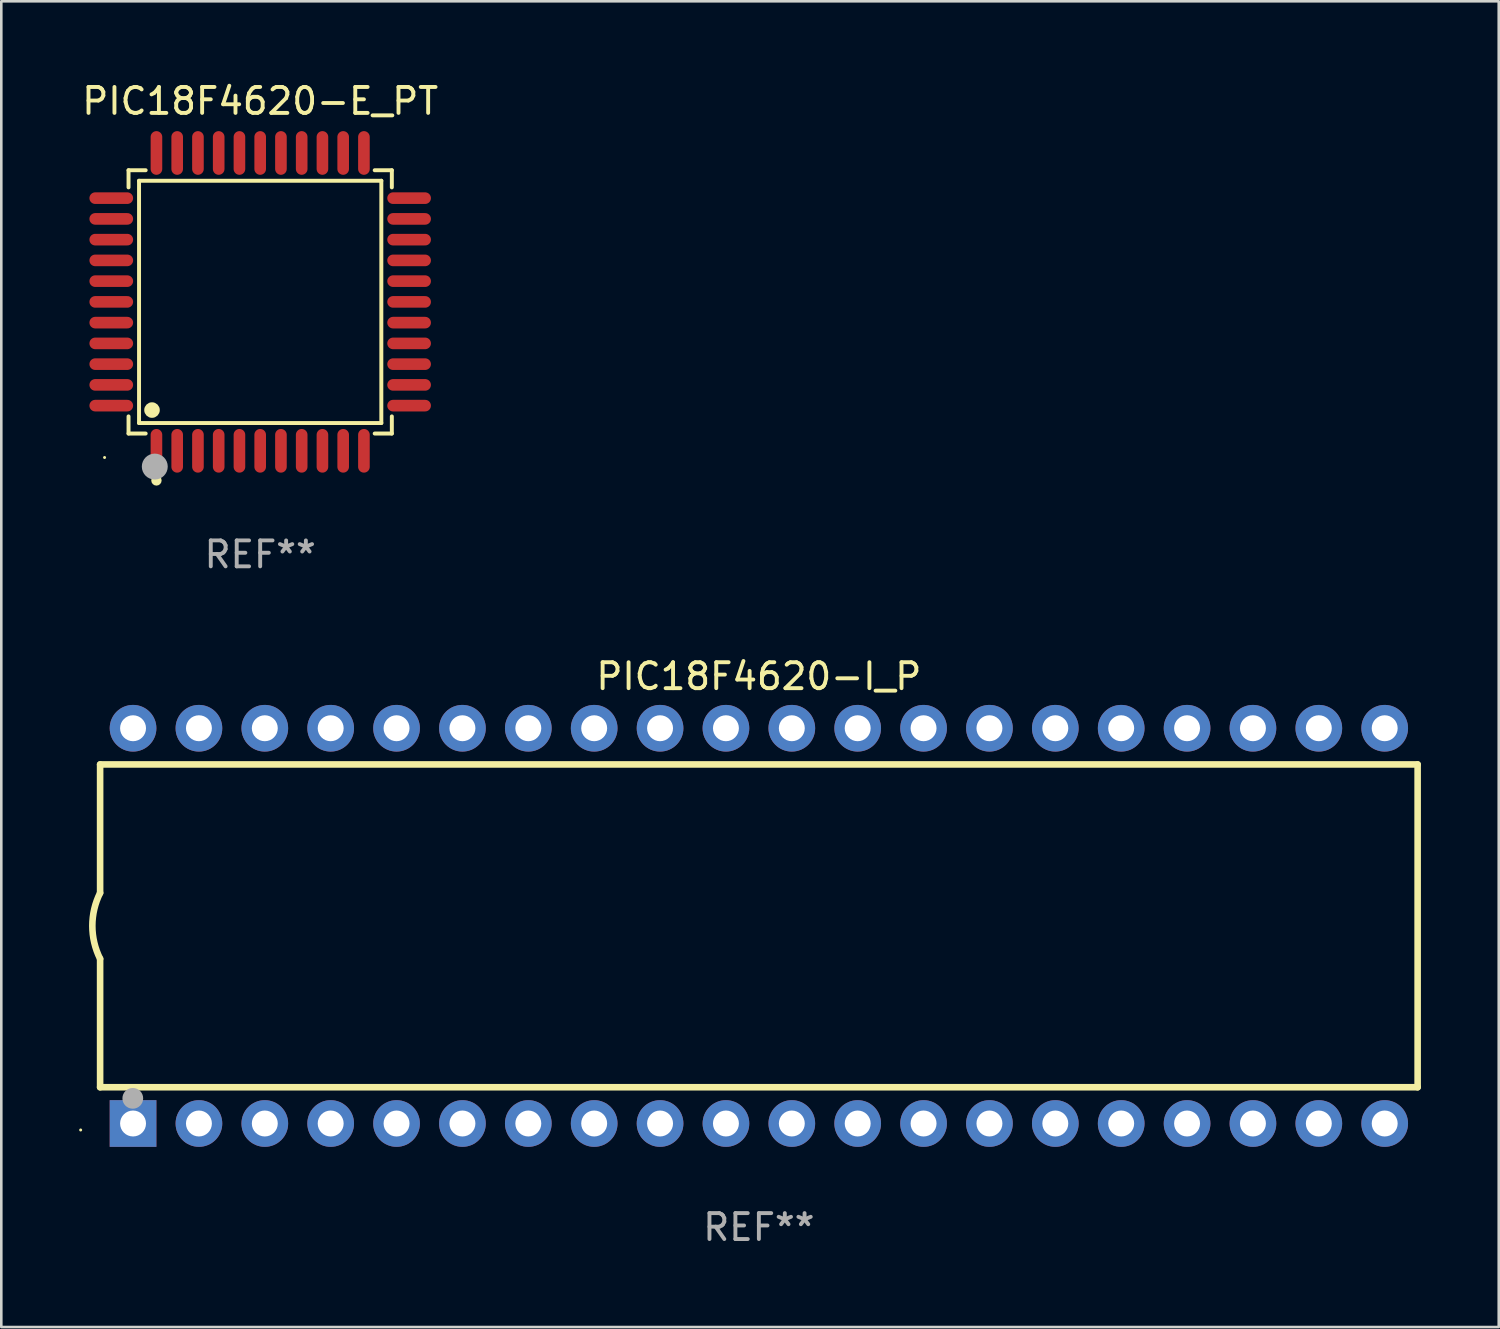
<source format=kicad_pcb>
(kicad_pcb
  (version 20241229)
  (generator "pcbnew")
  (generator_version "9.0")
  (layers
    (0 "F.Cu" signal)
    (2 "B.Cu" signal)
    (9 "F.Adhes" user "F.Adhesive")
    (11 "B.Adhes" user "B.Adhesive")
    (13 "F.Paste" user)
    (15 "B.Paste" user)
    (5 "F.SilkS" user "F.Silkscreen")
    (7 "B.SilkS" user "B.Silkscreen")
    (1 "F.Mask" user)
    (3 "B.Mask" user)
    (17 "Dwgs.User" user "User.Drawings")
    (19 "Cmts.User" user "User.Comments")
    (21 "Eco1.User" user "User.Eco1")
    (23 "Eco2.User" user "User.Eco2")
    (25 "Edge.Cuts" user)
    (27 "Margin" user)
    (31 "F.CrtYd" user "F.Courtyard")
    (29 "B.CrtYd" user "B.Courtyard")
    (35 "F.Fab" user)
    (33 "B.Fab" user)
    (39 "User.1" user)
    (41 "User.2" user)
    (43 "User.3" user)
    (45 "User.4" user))
  (footprint "PIC18F4620-I_P"
    (layer "F.Cu")
    (at 26.21 32.649)
    (property "Reference" "PIC18F4620-I_P" (at 0 -9.62 0) (layer "F.SilkS") (effects (font (size 1 1) (thickness 0.15))))
    (attr through_hole)
    (fp_line (start -25.4 -6.224) (end -25.4 -1.271) (stroke (width 0.254) (type solid)) (layer "F.SilkS"))
    (fp_line (start -25.4 -6.224) (end 25.4 -6.224) (stroke (width 0.254) (type solid)) (layer "F.SilkS"))
    (fp_line (start -25.4 1.269) (end -25.4 6.222) (stroke (width 0.254) (type solid)) (layer "F.SilkS"))
    (fp_line (start -25.4 6.222) (end 25.4 6.222) (stroke (width 0.254) (type solid)) (layer "F.SilkS"))
    (fp_line (start 25.4 6.222) (end 25.4 -6.224) (stroke (width 0.254) (type solid)) (layer "F.SilkS"))
    (fp_arc (start -25.4 1.269241) (mid -25.699807 -0.000762) (end -25.4 -1.270765) (stroke (width 0.254001) (type solid)) (layer "F.SilkS"))
    (fp_circle (center -26.15 7.87) (end -26.12 7.87) (stroke (width 0.06) (type solid)) (fill no) (layer "F.SilkS"))
    (fp_circle (center -24.14 6.65) (end -23.94 6.65) (stroke (width 0.4) (type solid)) (fill no) (layer "F.Fab"))
    (fp_text user "REF**" (at 0 11.62 0) (layer "F.Fab") (effects (font (size 1 1) (thickness 0.15))))
    (pad "1" thru_hole rect (at -24.13 7.62 90) (size 1.8 1.8) (drill 1) (layers "*.Cu" "*.Mask"))
    (pad "2" thru_hole circle (at -21.59 7.62) (size 1.8 1.8) (drill 1) (layers "*.Cu" "*.Mask"))
    (pad "3" thru_hole circle (at -19.05 7.62) (size 1.8 1.8) (drill 1) (layers "*.Cu" "*.Mask"))
    (pad "4" thru_hole circle (at -16.51 7.62) (size 1.8 1.8) (drill 1) (layers "*.Cu" "*.Mask"))
    (pad "5" thru_hole circle (at -13.97 7.62) (size 1.8 1.8) (drill 1) (layers "*.Cu" "*.Mask"))
    (pad "6" thru_hole circle (at -11.43 7.62) (size 1.8 1.8) (drill 1) (layers "*.Cu" "*.Mask"))
    (pad "7" thru_hole circle (at -8.89 7.62) (size 1.8 1.8) (drill 1) (layers "*.Cu" "*.Mask"))
    (pad "8" thru_hole circle (at -6.35 7.62) (size 1.8 1.8) (drill 1) (layers "*.Cu" "*.Mask"))
    (pad "9" thru_hole circle (at -3.81 7.62) (size 1.8 1.8) (drill 1) (layers "*.Cu" "*.Mask"))
    (pad "10" thru_hole circle (at -1.27 7.62) (size 1.8 1.8) (drill 1) (layers "*.Cu" "*.Mask"))
    (pad "11" thru_hole circle (at 1.27 7.62) (size 1.8 1.8) (drill 1) (layers "*.Cu" "*.Mask"))
    (pad "12" thru_hole circle (at 3.81 7.62) (size 1.8 1.8) (drill 1) (layers "*.Cu" "*.Mask"))
    (pad "13" thru_hole circle (at 6.35 7.62) (size 1.8 1.8) (drill 1) (layers "*.Cu" "*.Mask"))
    (pad "14" thru_hole circle (at 8.89 7.62) (size 1.8 1.8) (drill 1) (layers "*.Cu" "*.Mask"))
    (pad "15" thru_hole circle (at 11.43 7.62) (size 1.8 1.8) (drill 1) (layers "*.Cu" "*.Mask"))
    (pad "16" thru_hole circle (at 13.97 7.62) (size 1.8 1.8) (drill 1) (layers "*.Cu" "*.Mask"))
    (pad "17" thru_hole circle (at 16.51 7.62) (size 1.8 1.8) (drill 1) (layers "*.Cu" "*.Mask"))
    (pad "18" thru_hole circle (at 19.05 7.62) (size 1.8 1.8) (drill 1) (layers "*.Cu" "*.Mask"))
    (pad "19" thru_hole circle (at 21.59 7.62) (size 1.8 1.8) (drill 1) (layers "*.Cu" "*.Mask"))
    (pad "20" thru_hole circle (at 24.13 7.62) (size 1.8 1.8) (drill 1) (layers "*.Cu" "*.Mask"))
    (pad "21" thru_hole circle (at 24.13 -7.62) (size 1.8 1.8) (drill 1) (layers "*.Cu" "*.Mask"))
    (pad "22" thru_hole circle (at 21.59 -7.62) (size 1.8 1.8) (drill 1) (layers "*.Cu" "*.Mask"))
    (pad "23" thru_hole circle (at 19.05 -7.62) (size 1.8 1.8) (drill 1) (layers "*.Cu" "*.Mask"))
    (pad "24" thru_hole circle (at 16.51 -7.62) (size 1.8 1.8) (drill 1) (layers "*.Cu" "*.Mask"))
    (pad "25" thru_hole circle (at 13.97 -7.62) (size 1.8 1.8) (drill 1) (layers "*.Cu" "*.Mask"))
    (pad "26" thru_hole circle (at 11.43 -7.62) (size 1.8 1.8) (drill 1) (layers "*.Cu" "*.Mask"))
    (pad "27" thru_hole circle (at 8.89 -7.62) (size 1.8 1.8) (drill 1) (layers "*.Cu" "*.Mask"))
    (pad "28" thru_hole circle (at 6.35 -7.62) (size 1.8 1.8) (drill 1) (layers "*.Cu" "*.Mask"))
    (pad "29" thru_hole circle (at 3.81 -7.62) (size 1.8 1.8) (drill 1) (layers "*.Cu" "*.Mask"))
    (pad "30" thru_hole circle (at 1.27 -7.62) (size 1.8 1.8) (drill 1) (layers "*.Cu" "*.Mask"))
    (pad "31" thru_hole circle (at -1.27 -7.62) (size 1.8 1.8) (drill 1) (layers "*.Cu" "*.Mask"))
    (pad "32" thru_hole circle (at -3.81 -7.62) (size 1.8 1.8) (drill 1) (layers "*.Cu" "*.Mask"))
    (pad "33" thru_hole circle (at -6.35 -7.62) (size 1.8 1.8) (drill 1) (layers "*.Cu" "*.Mask"))
    (pad "34" thru_hole circle (at -8.89 -7.62) (size 1.8 1.8) (drill 1) (layers "*.Cu" "*.Mask"))
    (pad "35" thru_hole circle (at -11.43 -7.62) (size 1.8 1.8) (drill 1) (layers "*.Cu" "*.Mask"))
    (pad "36" thru_hole circle (at -13.97 -7.62) (size 1.8 1.8) (drill 1) (layers "*.Cu" "*.Mask"))
    (pad "37" thru_hole circle (at -16.51 -7.62) (size 1.8 1.8) (drill 1) (layers "*.Cu" "*.Mask"))
    (pad "38" thru_hole circle (at -19.05 -7.62) (size 1.8 1.8) (drill 1) (layers "*.Cu" "*.Mask"))
    (pad "39" thru_hole circle (at -21.59 -7.62) (size 1.8 1.8) (drill 1) (layers "*.Cu" "*.Mask"))
    (pad "40" thru_hole circle (at -24.13 -7.62) (size 1.8 1.8) (drill 1) (layers "*.Cu" "*.Mask")))
  (footprint "PIC18F4620-E_PT"
    (layer "F.Cu")
    (at 6.982 8.59)
    (property "Reference" "PIC18F4620-E_PT" (at 0 -7.742 0) (layer "F.SilkS") (effects (font (size 1 1) (thickness 0.15))))
    (attr through_hole)
    (fp_line (start -5.076 -5.076) (end -4.415 -5.076) (stroke (width 0.152) (type solid)) (layer "F.SilkS"))
    (fp_line (start -5.076 -4.415) (end -5.076 -5.076) (stroke (width 0.152) (type solid)) (layer "F.SilkS"))
    (fp_line (start -5.076 4.415) (end -5.076 5.076) (stroke (width 0.152) (type solid)) (layer "F.SilkS"))
    (fp_line (start -5.076 5.076) (end -4.415 5.076) (stroke (width 0.152) (type solid)) (layer "F.SilkS"))
    (fp_line (start -4.671 -4.671) (end 4.671 -4.671) (stroke (width 0.152) (type solid)) (layer "F.SilkS"))
    (fp_line (start -4.671 4.671) (end -4.671 -4.671) (stroke (width 0.152) (type solid)) (layer "F.SilkS"))
    (fp_line (start 4.671 -4.671) (end 4.671 4.671) (stroke (width 0.152) (type solid)) (layer "F.SilkS"))
    (fp_line (start 4.671 4.671) (end -4.671 4.671) (stroke (width 0.152) (type solid)) (layer "F.SilkS"))
    (fp_line (start 5.076 -5.076) (end 4.415 -5.076) (stroke (width 0.152) (type solid)) (layer "F.SilkS"))
    (fp_line (start 5.076 -4.415) (end 5.076 -5.076) (stroke (width 0.152) (type solid)) (layer "F.SilkS"))
    (fp_line (start 5.076 4.415) (end 5.076 5.076) (stroke (width 0.152) (type solid)) (layer "F.SilkS"))
    (fp_line (start 5.076 5.076) (end 4.415 5.076) (stroke (width 0.152) (type solid)) (layer "F.SilkS"))
    (fp_circle (center -6 6) (end -5.97 6) (stroke (width 0.06) (type solid)) (fill no) (layer "F.SilkS"))
    (fp_circle (center -4.171 4.171) (end -4.021 4.171) (stroke (width 0.3) (type solid)) (fill no) (layer "F.SilkS"))
    (fp_circle (center -4 6.884) (end -3.9 6.884) (stroke (width 0.2) (type solid)) (fill no) (layer "F.SilkS"))
    (fp_circle (center -4.064 6.35) (end -3.814 6.35) (stroke (width 0.5) (type solid)) (fill no) (layer "F.Fab"))
    (fp_text user "REF**" (at 0 9.742 0) (layer "F.Fab") (effects (font (size 1 1) (thickness 0.15))))
    (pad "1" smd oval (at -4 5.742) (size 0.448 1.684) (layers "F.Cu" "F.Mask" "F.Paste"))
    (pad "2" smd oval (at -3.2 5.742) (size 0.448 1.684) (layers "F.Cu" "F.Mask" "F.Paste"))
    (pad "3" smd oval (at -2.4 5.742) (size 0.448 1.684) (layers "F.Cu" "F.Mask" "F.Paste"))
    (pad "4" smd oval (at -1.6 5.742) (size 0.448 1.684) (layers "F.Cu" "F.Mask" "F.Paste"))
    (pad "5" smd oval (at -0.8 5.742) (size 0.448 1.684) (layers "F.Cu" "F.Mask" "F.Paste"))
    (pad "6" smd oval (at 0 5.742) (size 0.448 1.684) (layers "F.Cu" "F.Mask" "F.Paste"))
    (pad "7" smd oval (at 0.8 5.742) (size 0.448 1.684) (layers "F.Cu" "F.Mask" "F.Paste"))
    (pad "8" smd oval (at 1.6 5.742) (size 0.448 1.684) (layers "F.Cu" "F.Mask" "F.Paste"))
    (pad "9" smd oval (at 2.4 5.742) (size 0.448 1.684) (layers "F.Cu" "F.Mask" "F.Paste"))
    (pad "10" smd oval (at 3.2 5.742) (size 0.448 1.684) (layers "F.Cu" "F.Mask" "F.Paste"))
    (pad "11" smd oval (at 4 5.742) (size 0.448 1.684) (layers "F.Cu" "F.Mask" "F.Paste"))
    (pad "12" smd oval (at 5.742 4) (size 1.684 0.448) (layers "F.Cu" "F.Mask" "F.Paste"))
    (pad "13" smd oval (at 5.742 3.2) (size 1.684 0.448) (layers "F.Cu" "F.Mask" "F.Paste"))
    (pad "14" smd oval (at 5.742 2.4) (size 1.684 0.448) (layers "F.Cu" "F.Mask" "F.Paste"))
    (pad "15" smd oval (at 5.742 1.6) (size 1.684 0.448) (layers "F.Cu" "F.Mask" "F.Paste"))
    (pad "16" smd oval (at 5.742 0.8) (size 1.684 0.448) (layers "F.Cu" "F.Mask" "F.Paste"))
    (pad "17" smd oval (at 5.742 0) (size 1.684 0.448) (layers "F.Cu" "F.Mask" "F.Paste"))
    (pad "18" smd oval (at 5.742 -0.8) (size 1.684 0.448) (layers "F.Cu" "F.Mask" "F.Paste"))
    (pad "19" smd oval (at 5.742 -1.6) (size 1.684 0.448) (layers "F.Cu" "F.Mask" "F.Paste"))
    (pad "20" smd oval (at 5.742 -2.4) (size 1.684 0.448) (layers "F.Cu" "F.Mask" "F.Paste"))
    (pad "21" smd oval (at 5.742 -3.2) (size 1.684 0.448) (layers "F.Cu" "F.Mask" "F.Paste"))
    (pad "22" smd oval (at 5.742 -4) (size 1.684 0.448) (layers "F.Cu" "F.Mask" "F.Paste"))
    (pad "23" smd oval (at 4 -5.742) (size 0.448 1.684) (layers "F.Cu" "F.Mask" "F.Paste"))
    (pad "24" smd oval (at 3.2 -5.742) (size 0.448 1.684) (layers "F.Cu" "F.Mask" "F.Paste"))
    (pad "25" smd oval (at 2.4 -5.742) (size 0.448 1.684) (layers "F.Cu" "F.Mask" "F.Paste"))
    (pad "26" smd oval (at 1.6 -5.742) (size 0.448 1.684) (layers "F.Cu" "F.Mask" "F.Paste"))
    (pad "27" smd oval (at 0.8 -5.742) (size 0.448 1.684) (layers "F.Cu" "F.Mask" "F.Paste"))
    (pad "28" smd oval (at 0 -5.742) (size 0.448 1.684) (layers "F.Cu" "F.Mask" "F.Paste"))
    (pad "29" smd oval (at -0.8 -5.742) (size 0.448 1.684) (layers "F.Cu" "F.Mask" "F.Paste"))
    (pad "30" smd oval (at -1.6 -5.742) (size 0.448 1.684) (layers "F.Cu" "F.Mask" "F.Paste"))
    (pad "31" smd oval (at -2.4 -5.742) (size 0.448 1.684) (layers "F.Cu" "F.Mask" "F.Paste"))
    (pad "32" smd oval (at -3.2 -5.742) (size 0.448 1.684) (layers "F.Cu" "F.Mask" "F.Paste"))
    (pad "33" smd oval (at -4 -5.742) (size 0.448 1.684) (layers "F.Cu" "F.Mask" "F.Paste"))
    (pad "34" smd oval (at -5.742 -4) (size 1.684 0.448) (layers "F.Cu" "F.Mask" "F.Paste"))
    (pad "35" smd oval (at -5.742 -3.2) (size 1.684 0.448) (layers "F.Cu" "F.Mask" "F.Paste"))
    (pad "36" smd oval (at -5.742 -2.4) (size 1.684 0.448) (layers "F.Cu" "F.Mask" "F.Paste"))
    (pad "37" smd oval (at -5.742 -1.6) (size 1.684 0.448) (layers "F.Cu" "F.Mask" "F.Paste"))
    (pad "38" smd oval (at -5.742 -0.8) (size 1.684 0.448) (layers "F.Cu" "F.Mask" "F.Paste"))
    (pad "39" smd oval (at -5.742 0) (size 1.684 0.448) (layers "F.Cu" "F.Mask" "F.Paste"))
    (pad "40" smd oval (at -5.742 0.8) (size 1.684 0.448) (layers "F.Cu" "F.Mask" "F.Paste"))
    (pad "41" smd oval (at -5.742 1.6) (size 1.684 0.448) (layers "F.Cu" "F.Mask" "F.Paste"))
    (pad "42" smd oval (at -5.742 2.4) (size 1.684 0.448) (layers "F.Cu" "F.Mask" "F.Paste"))
    (pad "43" smd oval (at -5.742 3.2) (size 1.684 0.448) (layers "F.Cu" "F.Mask" "F.Paste"))
    (pad "44" smd oval (at -5.742 4) (size 1.684 0.448) (layers "F.Cu" "F.Mask" "F.Paste")))
  (gr_rect
    (start -3 -3)
    (end 54.737 48.117)
    (stroke (width 0.1) (type default))
    (fill no)
    (layer "Edge.Cuts")))
</source>
